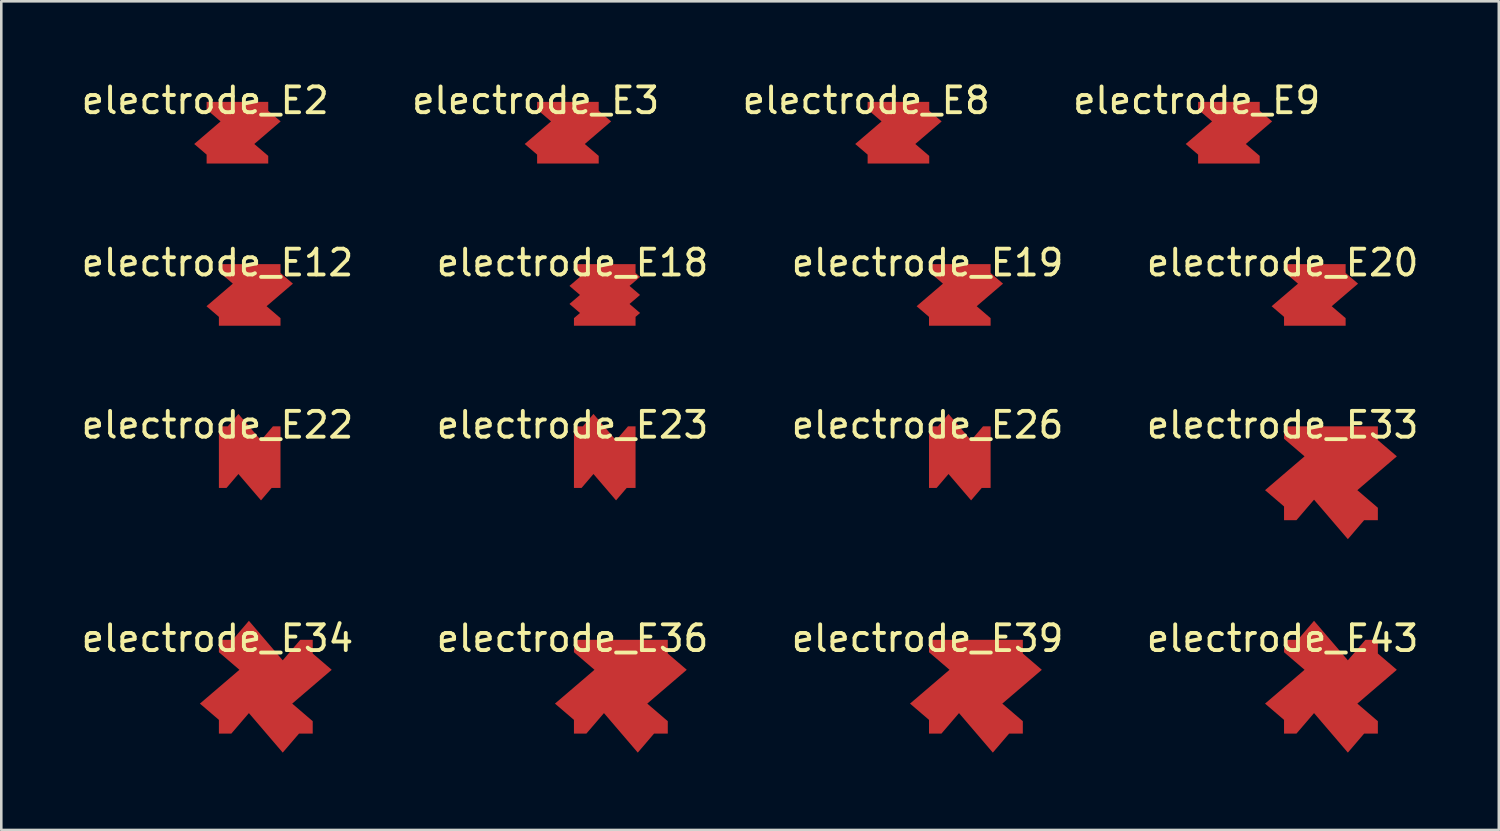
<source format=kicad_pcb>
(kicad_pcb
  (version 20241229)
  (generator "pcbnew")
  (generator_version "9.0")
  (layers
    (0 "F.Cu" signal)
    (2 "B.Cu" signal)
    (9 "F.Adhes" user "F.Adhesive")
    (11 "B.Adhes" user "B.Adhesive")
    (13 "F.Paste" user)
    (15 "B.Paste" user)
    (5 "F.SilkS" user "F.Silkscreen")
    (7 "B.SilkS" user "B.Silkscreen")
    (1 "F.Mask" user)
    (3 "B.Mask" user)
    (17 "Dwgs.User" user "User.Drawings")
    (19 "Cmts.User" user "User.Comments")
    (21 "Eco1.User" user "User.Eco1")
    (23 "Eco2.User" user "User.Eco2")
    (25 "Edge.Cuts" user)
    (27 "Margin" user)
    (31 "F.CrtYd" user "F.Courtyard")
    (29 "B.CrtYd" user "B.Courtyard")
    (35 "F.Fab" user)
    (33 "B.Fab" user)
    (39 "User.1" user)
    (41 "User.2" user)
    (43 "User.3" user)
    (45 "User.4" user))
  (footprint "electrode_E20"
    (layer "F.Cu")
    (at 46.708 7.142)
    (property "Reference" "electrode_E20" (at 0 0 0) (layer "F.SilkS") (effects (font (size 1 1) (thickness 0.15))))
    (attr through_hole)
    (pad "1" smd custom (at 1.25 1.25) (size 0.5 0.5) (layers "F.Cu" "F.Mask" "F.Paste") (options (anchor circle)) (primitives (gr_poly (pts (xy 1.195 -0.85) (xy 1.677 -0.438) (xy 0.654 0.438) (xy 1.195 0.9) (xy 1.195 1.195) (xy -1.195 1.195) (xy -1.195 0.85) (xy -1.677 0.438) (xy -0.654 -0.438) (xy -1.195 -0.9) (xy -1.195 -1.195) (xy 1.195 -1.195)) (width 0.0001) (fill yes)))))
  (footprint "electrode_E18"
    (layer "F.Cu")
    (at 19.161 7.142)
    (property "Reference" "electrode_E18" (at 0 0 0) (layer "F.SilkS") (effects (font (size 1 1) (thickness 0.15))))
    (attr through_hole)
    (pad "1" smd custom (at 1.25 1.25) (size 0.5 0.5) (layers "F.Cu" "F.Mask" "F.Paste") (options (anchor circle)) (primitives (gr_poly (pts (xy 1.195 -0.85) (xy 1.37 -0.7) (xy 0.961 -0.35) (xy 1.37 0) (xy 0.961 0.35) (xy 1.37 0.7) (xy 1.195 0.85) (xy 1.195 1.195) (xy -1.195 1.195) (xy -1.195 0.9) (xy -0.961 0.7) (xy -1.37 0.35) (xy -0.961 0) (xy -1.37 -0.35) (xy -0.961 -0.7) (xy -1.195 -0.9) (xy -1.195 -1.195) (xy 1.195 -1.195)) (width 0.0001) (fill yes)))))
  (footprint "electrode_E9"
    (layer "F.Cu")
    (at 43.375 0.848)
    (property "Reference" "electrode_E9" (at 0 0 0) (layer "F.SilkS") (effects (font (size 1 1) (thickness 0.15))))
    (attr through_hole)
    (pad "1" smd custom (at 1.25 1.25) (size 0.5 0.5) (layers "F.Cu" "F.Mask" "F.Paste") (options (anchor circle)) (primitives (gr_poly (pts (xy 1.195 -0.85) (xy 1.677 -0.438) (xy 0.654 0.438) (xy 1.195 0.9) (xy 1.195 1.195) (xy -1.195 1.195) (xy -1.195 0.85) (xy -1.677 0.438) (xy -0.654 -0.438) (xy -1.195 -0.9) (xy -1.195 -1.195) (xy 1.195 -1.195)) (width 0.0001) (fill yes)))))
  (footprint "electrode_E22"
    (layer "F.Cu")
    (at 5.387 13.435)
    (property "Reference" "electrode_E22" (at 0 0 0) (layer "F.SilkS") (effects (font (size 1 1) (thickness 0.15))))
    (attr through_hole)
    (pad "1" smd custom (at 1.25 1.25) (size 0.5 0.5) (layers "F.Cu" "F.Mask" "F.Paste") (options (anchor circle)) (primitives (gr_poly (pts (xy 0.438 -0.654) (xy 0.9 -1.195) (xy 1.195 -1.195) (xy 1.195 1.195) (xy 0.85 1.195) (xy 0.438 1.677) (xy -0.438 0.654) (xy -0.9 1.195) (xy -1.195 1.195) (xy -1.195 -1.195) (xy -0.85 -1.195) (xy -0.438 -1.677)) (width 0.0001) (fill yes)))))
  (footprint "electrode_E43"
    (layer "F.Cu")
    (at 46.708 21.715)
    (property "Reference" "electrode_E43" (at 0 0 0) (layer "F.SilkS") (effects (font (size 1 1) (thickness 0.15))))
    (attr through_hole)
    (pad "1" smd custom (at 1.875 1.875) (size 0.5 0.5) (layers "F.Cu" "F.Mask" "F.Paste") (options (anchor circle)) (primitives (gr_poly (pts (xy 0.656 -1.024) (xy 1.338 -1.82) (xy 1.82 -1.82) (xy 1.82 -1.287) (xy 2.557 -0.656) (xy 1.024 0.656) (xy 1.82 1.338) (xy 1.82 1.82) (xy 1.287 1.82) (xy 0.656 2.557) (xy -0.656 1.024) (xy -1.338 1.82) (xy -1.82 1.82) (xy -1.82 1.287) (xy -2.557 0.656) (xy -1.024 -0.656) (xy -1.82 -1.338) (xy -1.82 -1.82) (xy -1.287 -1.82) (xy -0.656 -2.557)) (width 0.0001) (fill yes)))))
  (footprint "electrode_E8"
    (layer "F.Cu")
    (at 30.554 0.848)
    (property "Reference" "electrode_E8" (at 0 0 0) (layer "F.SilkS") (effects (font (size 1 1) (thickness 0.15))))
    (attr through_hole)
    (pad "1" smd custom (at 1.25 1.25) (size 0.5 0.5) (layers "F.Cu" "F.Mask" "F.Paste") (options (anchor circle)) (primitives (gr_poly (pts (xy 1.195 -0.85) (xy 1.677 -0.438) (xy 0.654 0.438) (xy 1.195 0.9) (xy 1.195 1.195) (xy -1.195 1.195) (xy -1.195 0.85) (xy -1.677 0.438) (xy -0.654 -0.438) (xy -1.195 -0.9) (xy -1.195 -1.195) (xy 1.195 -1.195)) (width 0.0001) (fill yes)))))
  (footprint "electrode_E34"
    (layer "F.Cu")
    (at 5.387 21.715)
    (property "Reference" "electrode_E34" (at 0 0 0) (layer "F.SilkS") (effects (font (size 1 1) (thickness 0.15))))
    (attr through_hole)
    (pad "1" smd custom (at 1.875 1.875) (size 0.5 0.5) (layers "F.Cu" "F.Mask" "F.Paste") (options (anchor circle)) (primitives (gr_poly (pts (xy 0.656 -1.024) (xy 1.338 -1.82) (xy 1.82 -1.82) (xy 1.82 -1.287) (xy 2.557 -0.656) (xy 1.024 0.656) (xy 1.82 1.338) (xy 1.82 1.82) (xy 1.287 1.82) (xy 0.656 2.557) (xy -0.656 1.024) (xy -1.338 1.82) (xy -1.82 1.82) (xy -1.82 1.287) (xy -2.557 0.656) (xy -1.024 -0.656) (xy -1.82 -1.338) (xy -1.82 -1.82) (xy -1.287 -1.82) (xy -0.656 -2.557)) (width 0.0001) (fill yes)))))
  (footprint "electrode_E2"
    (layer "F.Cu")
    (at 4.911 0.848)
    (property "Reference" "electrode_E2" (at 0 0 0) (layer "F.SilkS") (effects (font (size 1 1) (thickness 0.15))))
    (attr through_hole)
    (pad "1" smd custom (at 1.25 1.25) (size 0.5 0.5) (layers "F.Cu" "F.Mask" "F.Paste") (options (anchor circle)) (primitives (gr_poly (pts (xy 1.195 -0.85) (xy 1.677 -0.438) (xy 0.654 0.438) (xy 1.195 0.9) (xy 1.195 1.195) (xy -1.195 1.195) (xy -1.195 0.85) (xy -1.677 0.438) (xy -0.654 -0.438) (xy -1.195 -0.9) (xy -1.195 -1.195) (xy 1.195 -1.195)) (width 0.0001) (fill yes)))))
  (footprint "electrode_E26"
    (layer "F.Cu")
    (at 32.935 13.435)
    (property "Reference" "electrode_E26" (at 0 0 0) (layer "F.SilkS") (effects (font (size 1 1) (thickness 0.15))))
    (attr through_hole)
    (pad "1" smd custom (at 1.25 1.25) (size 0.5 0.5) (layers "F.Cu" "F.Mask" "F.Paste") (options (anchor circle)) (primitives (gr_poly (pts (xy 0.438 -0.654) (xy 0.9 -1.195) (xy 1.195 -1.195) (xy 1.195 1.195) (xy 0.85 1.195) (xy 0.438 1.677) (xy -0.438 0.654) (xy -0.9 1.195) (xy -1.195 1.195) (xy -1.195 -1.195) (xy -0.85 -1.195) (xy -0.438 -1.677)) (width 0.0001) (fill yes)))))
  (footprint "electrode_E39"
    (layer "F.Cu")
    (at 32.935 21.715)
    (property "Reference" "electrode_E39" (at 0 0 0) (layer "F.SilkS") (effects (font (size 1 1) (thickness 0.15))))
    (attr through_hole)
    (pad "1" smd custom (at 1.875 1.875) (size 0.5 0.5) (layers "F.Cu" "F.Mask" "F.Paste") (options (anchor circle)) (primitives (gr_poly (pts (xy 1.82 -1.287) (xy 2.557 -0.656) (xy 1.024 0.656) (xy 1.82 1.338) (xy 1.82 1.82) (xy 1.287 1.82) (xy 0.656 2.557) (xy -0.656 1.024) (xy -1.338 1.82) (xy -1.82 1.82) (xy -1.82 1.287) (xy -2.557 0.656) (xy -1.024 -0.656) (xy -1.82 -1.338) (xy -1.82 -1.82) (xy 1.82 -1.82)) (width 0.0001) (fill yes)))))
  (footprint "electrode_E23"
    (layer "F.Cu")
    (at 19.161 13.435)
    (property "Reference" "electrode_E23" (at 0 0 0) (layer "F.SilkS") (effects (font (size 1 1) (thickness 0.15))))
    (attr through_hole)
    (pad "1" smd custom (at 1.25 1.25) (size 0.5 0.5) (layers "F.Cu" "F.Mask" "F.Paste") (options (anchor circle)) (primitives (gr_poly (pts (xy 0.438 -0.654) (xy 0.9 -1.195) (xy 1.195 -1.195) (xy 1.195 1.195) (xy 0.85 1.195) (xy 0.438 1.677) (xy -0.438 0.654) (xy -0.9 1.195) (xy -1.195 1.195) (xy -1.195 -1.195) (xy -0.85 -1.195) (xy -0.438 -1.677)) (width 0.0001) (fill yes)))))
  (footprint "electrode_E3"
    (layer "F.Cu")
    (at 17.732 0.848)
    (property "Reference" "electrode_E3" (at 0 0 0) (layer "F.SilkS") (effects (font (size 1 1) (thickness 0.15))))
    (attr through_hole)
    (pad "1" smd custom (at 1.25 1.25) (size 0.5 0.5) (layers "F.Cu" "F.Mask" "F.Paste") (options (anchor circle)) (primitives (gr_poly (pts (xy 1.195 -0.85) (xy 1.677 -0.438) (xy 0.654 0.438) (xy 1.195 0.9) (xy 1.195 1.195) (xy -1.195 1.195) (xy -1.195 0.85) (xy -1.677 0.438) (xy -0.654 -0.438) (xy -1.195 -0.9) (xy -1.195 -1.195) (xy 1.195 -1.195)) (width 0.0001) (fill yes)))))
  (footprint "electrode_E36"
    (layer "F.Cu")
    (at 19.161 21.715)
    (property "Reference" "electrode_E36" (at 0 0 0) (layer "F.SilkS") (effects (font (size 1 1) (thickness 0.15))))
    (attr through_hole)
    (pad "1" smd custom (at 1.875 1.875) (size 0.5 0.5) (layers "F.Cu" "F.Mask" "F.Paste") (options (anchor circle)) (primitives (gr_poly (pts (xy 1.82 -1.287) (xy 2.557 -0.656) (xy 1.024 0.656) (xy 1.82 1.338) (xy 1.82 1.82) (xy 1.287 1.82) (xy 0.656 2.557) (xy -0.656 1.024) (xy -1.338 1.82) (xy -1.82 1.82) (xy -1.82 1.287) (xy -2.557 0.656) (xy -1.024 -0.656) (xy -1.82 -1.338) (xy -1.82 -1.82) (xy 1.82 -1.82)) (width 0.0001) (fill yes)))))
  (footprint "electrode_E19"
    (layer "F.Cu")
    (at 32.935 7.142)
    (property "Reference" "electrode_E19" (at 0 0 0) (layer "F.SilkS") (effects (font (size 1 1) (thickness 0.15))))
    (attr through_hole)
    (pad "1" smd custom (at 1.25 1.25) (size 0.5 0.5) (layers "F.Cu" "F.Mask" "F.Paste") (options (anchor circle)) (primitives (gr_poly (pts (xy 1.195 -0.85) (xy 1.677 -0.438) (xy 0.654 0.438) (xy 1.195 0.9) (xy 1.195 1.195) (xy -1.195 1.195) (xy -1.195 0.85) (xy -1.677 0.438) (xy -0.654 -0.438) (xy -1.195 -0.9) (xy -1.195 -1.195) (xy 1.195 -1.195)) (width 0.0001) (fill yes)))))
  (footprint "electrode_E33"
    (layer "F.Cu")
    (at 46.708 13.435)
    (property "Reference" "electrode_E33" (at 0 0 0) (layer "F.SilkS") (effects (font (size 1 1) (thickness 0.15))))
    (attr through_hole)
    (pad "1" smd custom (at 1.875 1.875) (size 0.5 0.5) (layers "F.Cu" "F.Mask" "F.Paste") (options (anchor circle)) (primitives (gr_poly (pts (xy 1.82 -1.287) (xy 2.557 -0.656) (xy 1.024 0.656) (xy 1.82 1.338) (xy 1.82 1.82) (xy 1.287 1.82) (xy 0.656 2.557) (xy -0.656 1.024) (xy -1.338 1.82) (xy -1.82 1.82) (xy -1.82 1.287) (xy -2.557 0.656) (xy -1.024 -0.656) (xy -1.82 -1.338) (xy -1.82 -1.82) (xy 1.82 -1.82)) (width 0.0001) (fill yes)))))
  (footprint "electrode_E12"
    (layer "F.Cu")
    (at 5.387 7.142)
    (property "Reference" "electrode_E12" (at 0 0 0) (layer "F.SilkS") (effects (font (size 1 1) (thickness 0.15))))
    (attr through_hole)
    (pad "1" smd custom (at 1.25 1.25) (size 0.5 0.5) (layers "F.Cu" "F.Mask" "F.Paste") (options (anchor circle)) (primitives (gr_poly (pts (xy 1.195 -0.85) (xy 1.677 -0.438) (xy 0.654 0.438) (xy 1.195 0.9) (xy 1.195 1.195) (xy -1.195 1.195) (xy -1.195 0.85) (xy -1.677 0.438) (xy -0.654 -0.438) (xy -1.195 -0.9) (xy -1.195 -1.195) (xy 1.195 -1.195)) (width 0.0001) (fill yes)))))
  (gr_rect
    (start -3 -3)
    (end 55.095 29.147)
    (stroke (width 0.1) (type default))
    (fill no)
    (layer "Edge.Cuts")))
</source>
